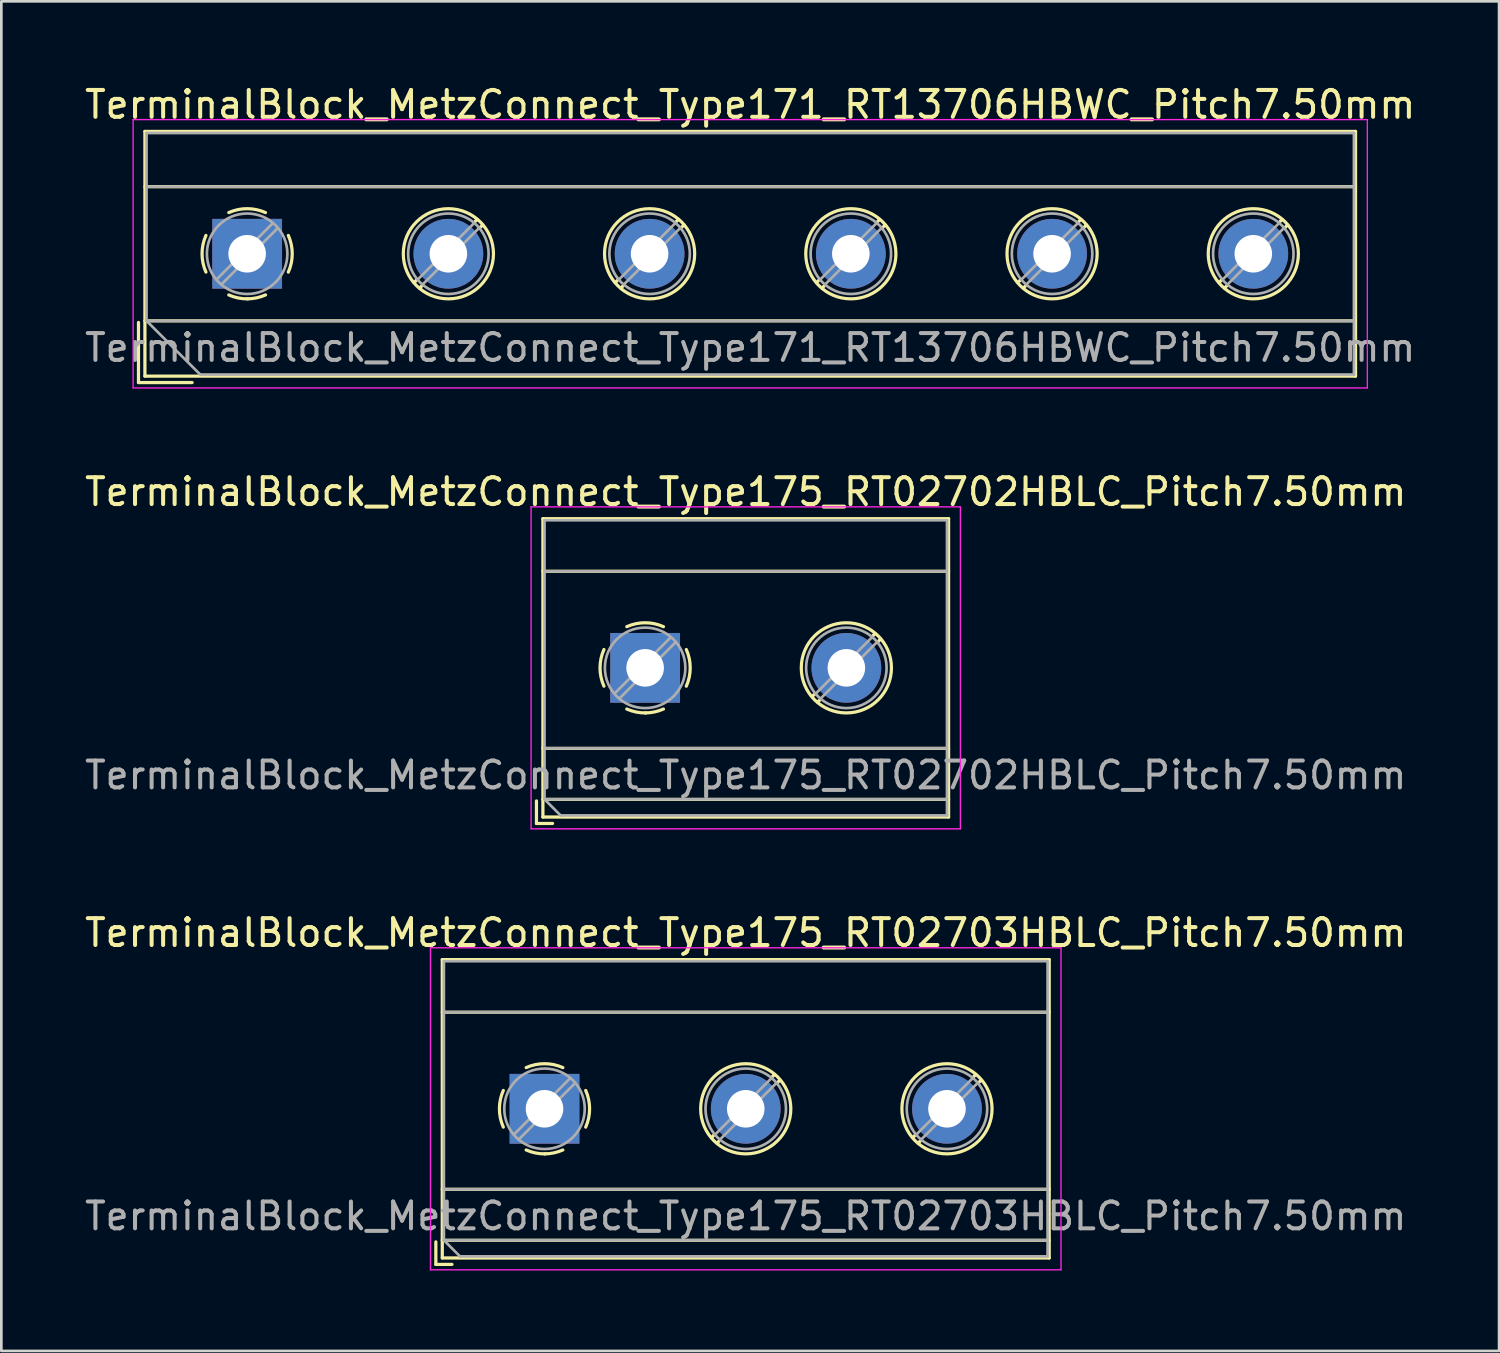
<source format=kicad_pcb>
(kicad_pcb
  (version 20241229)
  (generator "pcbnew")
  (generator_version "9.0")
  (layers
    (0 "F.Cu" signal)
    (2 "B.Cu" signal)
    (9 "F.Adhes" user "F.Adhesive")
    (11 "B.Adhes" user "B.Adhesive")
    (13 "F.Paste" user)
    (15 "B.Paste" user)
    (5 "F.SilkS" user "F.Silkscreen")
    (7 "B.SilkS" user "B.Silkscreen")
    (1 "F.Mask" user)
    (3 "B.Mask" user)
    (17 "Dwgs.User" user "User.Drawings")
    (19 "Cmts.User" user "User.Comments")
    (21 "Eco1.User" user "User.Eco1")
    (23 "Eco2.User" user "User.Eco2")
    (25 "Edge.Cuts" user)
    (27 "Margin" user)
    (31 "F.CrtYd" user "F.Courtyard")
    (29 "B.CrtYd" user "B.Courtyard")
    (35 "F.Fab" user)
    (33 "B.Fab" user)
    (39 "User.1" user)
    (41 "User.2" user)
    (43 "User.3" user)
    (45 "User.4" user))
  (footprint "TerminalBlock_MetzConnect_Type171_RT13706HBWC_Pitch7.50mm"
    (layer "F.Cu")
    (at 6.161 6.408)
    (property "Reference" "TerminalBlock_MetzConnect_Type171_RT13706HBWC_Pitch7.50mm" (at 18.75 -5.56 0) (layer "F.SilkS") (effects (font (size 1 1) (thickness 0.15))))
    (attr through_hole)
    (fp_line (start -4.05 2.56) (end -4.05 4.8) (stroke (width 0.12) (type solid)) (layer "F.SilkS"))
    (fp_line (start -4.05 4.8) (end -2.05 4.8) (stroke (width 0.12) (type solid)) (layer "F.SilkS"))
    (fp_line (start -3.81 -4.56) (end -3.81 4.56) (stroke (width 0.12) (type solid)) (layer "F.SilkS"))
    (fp_line (start -3.81 -2.5) (end 41.31 -2.5) (stroke (width 0.12) (type solid)) (layer "F.SilkS"))
    (fp_line (start -3.81 2.5) (end 41.31 2.5) (stroke (width 0.12) (type solid)) (layer "F.SilkS"))
    (fp_line (start -3.81 4.56) (end 41.31 4.56) (stroke (width 0.12) (type solid)) (layer "F.SilkS"))
    (fp_line (start 6.32 0.976) (end 6.226 1.069) (stroke (width 0.12) (type solid)) (layer "F.SilkS"))
    (fp_line (start 6.502 1.204) (end 6.431 1.274) (stroke (width 0.12) (type solid)) (layer "F.SilkS"))
    (fp_line (start 8.57 -1.275) (end 8.499 -1.204) (stroke (width 0.12) (type solid)) (layer "F.SilkS"))
    (fp_line (start 8.775 -1.069) (end 8.681 -0.976) (stroke (width 0.12) (type solid)) (layer "F.SilkS"))
    (fp_line (start 13.82 0.976) (end 13.726 1.069) (stroke (width 0.12) (type solid)) (layer "F.SilkS"))
    (fp_line (start 14.002 1.204) (end 13.931 1.274) (stroke (width 0.12) (type solid)) (layer "F.SilkS"))
    (fp_line (start 16.07 -1.275) (end 15.999 -1.204) (stroke (width 0.12) (type solid)) (layer "F.SilkS"))
    (fp_line (start 16.275 -1.069) (end 16.181 -0.976) (stroke (width 0.12) (type solid)) (layer "F.SilkS"))
    (fp_line (start 21.32 0.976) (end 21.226 1.069) (stroke (width 0.12) (type solid)) (layer "F.SilkS"))
    (fp_line (start 21.502 1.204) (end 21.431 1.274) (stroke (width 0.12) (type solid)) (layer "F.SilkS"))
    (fp_line (start 23.57 -1.275) (end 23.499 -1.204) (stroke (width 0.12) (type solid)) (layer "F.SilkS"))
    (fp_line (start 23.775 -1.069) (end 23.681 -0.976) (stroke (width 0.12) (type solid)) (layer "F.SilkS"))
    (fp_line (start 28.82 0.976) (end 28.726 1.069) (stroke (width 0.12) (type solid)) (layer "F.SilkS"))
    (fp_line (start 29.002 1.204) (end 28.931 1.274) (stroke (width 0.12) (type solid)) (layer "F.SilkS"))
    (fp_line (start 31.07 -1.275) (end 30.999 -1.204) (stroke (width 0.12) (type solid)) (layer "F.SilkS"))
    (fp_line (start 31.275 -1.069) (end 31.181 -0.976) (stroke (width 0.12) (type solid)) (layer "F.SilkS"))
    (fp_line (start 36.32 0.976) (end 36.226 1.069) (stroke (width 0.12) (type solid)) (layer "F.SilkS"))
    (fp_line (start 36.502 1.204) (end 36.431 1.274) (stroke (width 0.12) (type solid)) (layer "F.SilkS"))
    (fp_line (start 38.57 -1.275) (end 38.499 -1.204) (stroke (width 0.12) (type solid)) (layer "F.SilkS"))
    (fp_line (start 38.775 -1.069) (end 38.681 -0.976) (stroke (width 0.12) (type solid)) (layer "F.SilkS"))
    (fp_line (start 41.31 -4.56) (end -3.81 -4.56) (stroke (width 0.12) (type solid)) (layer "F.SilkS"))
    (fp_line (start 41.31 4.56) (end 41.31 -4.56) (stroke (width 0.12) (type solid)) (layer "F.SilkS"))
    (fp_arc (start -1.535427 0.683042) (mid -1.680501 -0.000524) (end -1.535 -0.684) (stroke (width 0.12) (type solid)) (layer "F.SilkS"))
    (fp_arc (start -0.683042 -1.535427) (mid 0.000524 -1.680501) (end 0.684 -1.535) (stroke (width 0.12) (type solid)) (layer "F.SilkS"))
    (fp_arc (start 0.028805 1.680253) (mid -0.335551 1.646659) (end -0.684 1.535) (stroke (width 0.12) (type solid)) (layer "F.SilkS"))
    (fp_arc (start 0.683318 1.534756) (mid 0.349292 1.643288) (end 0 1.68) (stroke (width 0.12) (type solid)) (layer "F.SilkS"))
    (fp_arc (start 1.535427 -0.683042) (mid 1.680501 0.000524) (end 1.535 0.684) (stroke (width 0.12) (type solid)) (layer "F.SilkS"))
    (fp_circle (center 7.5 0) (end 9.18 0) (stroke (width 0.12) (type solid)) (fill no) (layer "F.SilkS"))
    (fp_circle (center 15 0) (end 16.68 0) (stroke (width 0.12) (type solid)) (fill no) (layer "F.SilkS"))
    (fp_circle (center 22.5 0) (end 24.18 0) (stroke (width 0.12) (type solid)) (fill no) (layer "F.SilkS"))
    (fp_circle (center 30 0) (end 31.68 0) (stroke (width 0.12) (type solid)) (fill no) (layer "F.SilkS"))
    (fp_circle (center 37.5 0) (end 39.18 0) (stroke (width 0.12) (type solid)) (fill no) (layer "F.SilkS"))
    (fp_line (start -4.25 -5) (end -4.25 5) (stroke (width 0.05) (type solid)) (layer "F.CrtYd"))
    (fp_line (start -4.25 5) (end 41.75 5) (stroke (width 0.05) (type solid)) (layer "F.CrtYd"))
    (fp_line (start 41.75 -5) (end -4.25 -5) (stroke (width 0.05) (type solid)) (layer "F.CrtYd"))
    (fp_line (start 41.75 5) (end 41.75 -5) (stroke (width 0.05) (type solid)) (layer "F.CrtYd"))
    (fp_line (start -3.75 -4.5) (end 41.25 -4.5) (stroke (width 0.1) (type solid)) (layer "F.Fab"))
    (fp_line (start -3.75 -2.5) (end 41.25 -2.5) (stroke (width 0.1) (type solid)) (layer "F.Fab"))
    (fp_line (start -3.75 2.5) (end -3.75 -4.5) (stroke (width 0.1) (type solid)) (layer "F.Fab"))
    (fp_line (start -3.75 2.5) (end 41.25 2.5) (stroke (width 0.1) (type solid)) (layer "F.Fab"))
    (fp_line (start -1.75 4.5) (end -3.75 2.5) (stroke (width 0.1) (type solid)) (layer "F.Fab"))
    (fp_line (start 0.955 -1.138) (end -1.138 0.955) (stroke (width 0.1) (type solid)) (layer "F.Fab"))
    (fp_line (start 1.138 -0.955) (end -0.955 1.138) (stroke (width 0.1) (type solid)) (layer "F.Fab"))
    (fp_line (start 8.455 -1.138) (end 6.363 0.955) (stroke (width 0.1) (type solid)) (layer "F.Fab"))
    (fp_line (start 8.638 -0.955) (end 6.546 1.138) (stroke (width 0.1) (type solid)) (layer "F.Fab"))
    (fp_line (start 15.955 -1.138) (end 13.863 0.955) (stroke (width 0.1) (type solid)) (layer "F.Fab"))
    (fp_line (start 16.138 -0.955) (end 14.046 1.138) (stroke (width 0.1) (type solid)) (layer "F.Fab"))
    (fp_line (start 23.455 -1.138) (end 21.363 0.955) (stroke (width 0.1) (type solid)) (layer "F.Fab"))
    (fp_line (start 23.638 -0.955) (end 21.546 1.138) (stroke (width 0.1) (type solid)) (layer "F.Fab"))
    (fp_line (start 30.955 -1.138) (end 28.863 0.955) (stroke (width 0.1) (type solid)) (layer "F.Fab"))
    (fp_line (start 31.138 -0.955) (end 29.046 1.138) (stroke (width 0.1) (type solid)) (layer "F.Fab"))
    (fp_line (start 38.455 -1.138) (end 36.363 0.955) (stroke (width 0.1) (type solid)) (layer "F.Fab"))
    (fp_line (start 38.638 -0.955) (end 36.546 1.138) (stroke (width 0.1) (type solid)) (layer "F.Fab"))
    (fp_line (start 41.25 -4.5) (end 41.25 4.5) (stroke (width 0.1) (type solid)) (layer "F.Fab"))
    (fp_line (start 41.25 4.5) (end -1.75 4.5) (stroke (width 0.1) (type solid)) (layer "F.Fab"))
    (fp_circle (center 0 0) (end 1.5 0) (stroke (width 0.1) (type solid)) (fill no) (layer "F.Fab"))
    (fp_circle (center 7.5 0) (end 9 0) (stroke (width 0.1) (type solid)) (fill no) (layer "F.Fab"))
    (fp_circle (center 15 0) (end 16.5 0) (stroke (width 0.1) (type solid)) (fill no) (layer "F.Fab"))
    (fp_circle (center 22.5 0) (end 24 0) (stroke (width 0.1) (type solid)) (fill no) (layer "F.Fab"))
    (fp_circle (center 30 0) (end 31.5 0) (stroke (width 0.1) (type solid)) (fill no) (layer "F.Fab"))
    (fp_circle (center 37.5 0) (end 39 0) (stroke (width 0.1) (type solid)) (fill no) (layer "F.Fab"))
    (fp_text user "${REFERENCE}" (at 18.75 3.5 0) (layer "F.Fab") (effects (font (size 1 1) (thickness 0.15))))
    (pad "1" thru_hole rect (at 0 0) (size 2.6 2.6) (drill 1.4) (layers "*.Cu" "*.Mask"))
    (pad "2" thru_hole oval (at 7.5 0) (size 2.6 2.6) (drill 1.4) (layers "*.Cu" "*.Mask"))
    (pad "3" thru_hole oval (at 15 0) (size 2.6 2.6) (drill 1.4) (layers "*.Cu" "*.Mask"))
    (pad "4" thru_hole oval (at 22.5 0) (size 2.6 2.6) (drill 1.4) (layers "*.Cu" "*.Mask"))
    (pad "5" thru_hole oval (at 30 0) (size 2.6 2.6) (drill 1.4) (layers "*.Cu" "*.Mask"))
    (pad "6" thru_hole oval (at 37.5 0) (size 2.6 2.6) (drill 1.4) (layers "*.Cu" "*.Mask")))
  (footprint "TerminalBlock_MetzConnect_Type175_RT02702HBLC_Pitch7.50mm"
    (layer "F.Cu")
    (at 20.994 21.841)
    (property "Reference" "TerminalBlock_MetzConnect_Type175_RT02702HBLC_Pitch7.50mm" (at 3.75 -6.56 0) (layer "F.SilkS") (effects (font (size 1 1) (thickness 0.15))))
    (attr through_hole)
    (fp_line (start -4.05 4.96) (end -4.05 5.8) (stroke (width 0.12) (type solid)) (layer "F.SilkS"))
    (fp_line (start -4.05 5.8) (end -3.45 5.8) (stroke (width 0.12) (type solid)) (layer "F.SilkS"))
    (fp_line (start -3.81 -5.56) (end -3.81 5.56) (stroke (width 0.12) (type solid)) (layer "F.SilkS"))
    (fp_line (start -3.81 -3.6) (end 11.31 -3.6) (stroke (width 0.12) (type solid)) (layer "F.SilkS"))
    (fp_line (start -3.81 3) (end 11.31 3) (stroke (width 0.12) (type solid)) (layer "F.SilkS"))
    (fp_line (start -3.81 4.9) (end 11.31 4.9) (stroke (width 0.12) (type solid)) (layer "F.SilkS"))
    (fp_line (start -3.81 5.56) (end 11.31 5.56) (stroke (width 0.12) (type solid)) (layer "F.SilkS"))
    (fp_line (start 6.32 0.976) (end 6.226 1.069) (stroke (width 0.12) (type solid)) (layer "F.SilkS"))
    (fp_line (start 6.502 1.204) (end 6.431 1.274) (stroke (width 0.12) (type solid)) (layer "F.SilkS"))
    (fp_line (start 8.57 -1.275) (end 8.499 -1.204) (stroke (width 0.12) (type solid)) (layer "F.SilkS"))
    (fp_line (start 8.775 -1.069) (end 8.681 -0.976) (stroke (width 0.12) (type solid)) (layer "F.SilkS"))
    (fp_line (start 11.31 -5.56) (end -3.81 -5.56) (stroke (width 0.12) (type solid)) (layer "F.SilkS"))
    (fp_line (start 11.31 5.56) (end 11.31 -5.56) (stroke (width 0.12) (type solid)) (layer "F.SilkS"))
    (fp_arc (start -1.535427 0.683042) (mid -1.680501 -0.000524) (end -1.535 -0.684) (stroke (width 0.12) (type solid)) (layer "F.SilkS"))
    (fp_arc (start -0.683042 -1.535427) (mid 0.000524 -1.680501) (end 0.684 -1.535) (stroke (width 0.12) (type solid)) (layer "F.SilkS"))
    (fp_arc (start 0.028805 1.680253) (mid -0.335551 1.646659) (end -0.684 1.535) (stroke (width 0.12) (type solid)) (layer "F.SilkS"))
    (fp_arc (start 0.683318 1.534756) (mid 0.349292 1.643288) (end 0 1.68) (stroke (width 0.12) (type solid)) (layer "F.SilkS"))
    (fp_arc (start 1.535427 -0.683042) (mid 1.680501 0.000524) (end 1.535 0.684) (stroke (width 0.12) (type solid)) (layer "F.SilkS"))
    (fp_circle (center 7.5 0) (end 9.18 0) (stroke (width 0.12) (type solid)) (fill no) (layer "F.SilkS"))
    (fp_line (start -4.25 -6) (end -4.25 6) (stroke (width 0.05) (type solid)) (layer "F.CrtYd"))
    (fp_line (start -4.25 6) (end 11.75 6) (stroke (width 0.05) (type solid)) (layer "F.CrtYd"))
    (fp_line (start 11.75 -6) (end -4.25 -6) (stroke (width 0.05) (type solid)) (layer "F.CrtYd"))
    (fp_line (start 11.75 6) (end 11.75 -6) (stroke (width 0.05) (type solid)) (layer "F.CrtYd"))
    (fp_line (start -3.75 -5.5) (end 11.25 -5.5) (stroke (width 0.1) (type solid)) (layer "F.Fab"))
    (fp_line (start -3.75 -3.6) (end 11.25 -3.6) (stroke (width 0.1) (type solid)) (layer "F.Fab"))
    (fp_line (start -3.75 3) (end 11.25 3) (stroke (width 0.1) (type solid)) (layer "F.Fab"))
    (fp_line (start -3.75 4.9) (end -3.75 -5.5) (stroke (width 0.1) (type solid)) (layer "F.Fab"))
    (fp_line (start -3.75 4.9) (end 11.25 4.9) (stroke (width 0.1) (type solid)) (layer "F.Fab"))
    (fp_line (start -3.15 5.5) (end -3.75 4.9) (stroke (width 0.1) (type solid)) (layer "F.Fab"))
    (fp_line (start 0.955 -1.138) (end -1.138 0.955) (stroke (width 0.1) (type solid)) (layer "F.Fab"))
    (fp_line (start 1.138 -0.955) (end -0.955 1.138) (stroke (width 0.1) (type solid)) (layer "F.Fab"))
    (fp_line (start 8.455 -1.138) (end 6.363 0.955) (stroke (width 0.1) (type solid)) (layer "F.Fab"))
    (fp_line (start 8.638 -0.955) (end 6.546 1.138) (stroke (width 0.1) (type solid)) (layer "F.Fab"))
    (fp_line (start 11.25 -5.5) (end 11.25 5.5) (stroke (width 0.1) (type solid)) (layer "F.Fab"))
    (fp_line (start 11.25 5.5) (end -3.15 5.5) (stroke (width 0.1) (type solid)) (layer "F.Fab"))
    (fp_circle (center 0 0) (end 1.5 0) (stroke (width 0.1) (type solid)) (fill no) (layer "F.Fab"))
    (fp_circle (center 7.5 0) (end 9 0) (stroke (width 0.1) (type solid)) (fill no) (layer "F.Fab"))
    (fp_text user "${REFERENCE}" (at 3.75 4 0) (layer "F.Fab") (effects (font (size 1 1) (thickness 0.15))))
    (pad "1" thru_hole rect (at 0 0) (size 2.6 2.6) (drill 1.4) (layers "*.Cu" "*.Mask"))
    (pad "2" thru_hole oval (at 7.5 0) (size 2.6 2.6) (drill 1.4) (layers "*.Cu" "*.Mask")))
  (footprint "TerminalBlock_MetzConnect_Type175_RT02703HBLC_Pitch7.50mm"
    (layer "F.Cu")
    (at 17.244 38.275)
    (property "Reference" "TerminalBlock_MetzConnect_Type175_RT02703HBLC_Pitch7.50mm" (at 7.5 -6.56 0) (layer "F.SilkS") (effects (font (size 1 1) (thickness 0.15))))
    (attr through_hole)
    (fp_line (start -4.05 4.96) (end -4.05 5.8) (stroke (width 0.12) (type solid)) (layer "F.SilkS"))
    (fp_line (start -4.05 5.8) (end -3.45 5.8) (stroke (width 0.12) (type solid)) (layer "F.SilkS"))
    (fp_line (start -3.81 -5.56) (end -3.81 5.56) (stroke (width 0.12) (type solid)) (layer "F.SilkS"))
    (fp_line (start -3.81 -3.6) (end 18.81 -3.6) (stroke (width 0.12) (type solid)) (layer "F.SilkS"))
    (fp_line (start -3.81 3) (end 18.81 3) (stroke (width 0.12) (type solid)) (layer "F.SilkS"))
    (fp_line (start -3.81 4.9) (end 18.81 4.9) (stroke (width 0.12) (type solid)) (layer "F.SilkS"))
    (fp_line (start -3.81 5.56) (end 18.81 5.56) (stroke (width 0.12) (type solid)) (layer "F.SilkS"))
    (fp_line (start 6.32 0.976) (end 6.226 1.069) (stroke (width 0.12) (type solid)) (layer "F.SilkS"))
    (fp_line (start 6.502 1.204) (end 6.431 1.274) (stroke (width 0.12) (type solid)) (layer "F.SilkS"))
    (fp_line (start 8.57 -1.275) (end 8.499 -1.204) (stroke (width 0.12) (type solid)) (layer "F.SilkS"))
    (fp_line (start 8.775 -1.069) (end 8.681 -0.976) (stroke (width 0.12) (type solid)) (layer "F.SilkS"))
    (fp_line (start 13.82 0.976) (end 13.726 1.069) (stroke (width 0.12) (type solid)) (layer "F.SilkS"))
    (fp_line (start 14.002 1.204) (end 13.931 1.274) (stroke (width 0.12) (type solid)) (layer "F.SilkS"))
    (fp_line (start 16.07 -1.275) (end 15.999 -1.204) (stroke (width 0.12) (type solid)) (layer "F.SilkS"))
    (fp_line (start 16.275 -1.069) (end 16.181 -0.976) (stroke (width 0.12) (type solid)) (layer "F.SilkS"))
    (fp_line (start 18.81 -5.56) (end -3.81 -5.56) (stroke (width 0.12) (type solid)) (layer "F.SilkS"))
    (fp_line (start 18.81 5.56) (end 18.81 -5.56) (stroke (width 0.12) (type solid)) (layer "F.SilkS"))
    (fp_arc (start -1.535427 0.683042) (mid -1.680501 -0.000524) (end -1.535 -0.684) (stroke (width 0.12) (type solid)) (layer "F.SilkS"))
    (fp_arc (start -0.683042 -1.535427) (mid 0.000524 -1.680501) (end 0.684 -1.535) (stroke (width 0.12) (type solid)) (layer "F.SilkS"))
    (fp_arc (start 0.028805 1.680253) (mid -0.335551 1.646659) (end -0.684 1.535) (stroke (width 0.12) (type solid)) (layer "F.SilkS"))
    (fp_arc (start 0.683318 1.534756) (mid 0.349292 1.643288) (end 0 1.68) (stroke (width 0.12) (type solid)) (layer "F.SilkS"))
    (fp_arc (start 1.535427 -0.683042) (mid 1.680501 0.000524) (end 1.535 0.684) (stroke (width 0.12) (type solid)) (layer "F.SilkS"))
    (fp_circle (center 7.5 0) (end 9.18 0) (stroke (width 0.12) (type solid)) (fill no) (layer "F.SilkS"))
    (fp_circle (center 15 0) (end 16.68 0) (stroke (width 0.12) (type solid)) (fill no) (layer "F.SilkS"))
    (fp_line (start -4.25 -6) (end -4.25 6) (stroke (width 0.05) (type solid)) (layer "F.CrtYd"))
    (fp_line (start -4.25 6) (end 19.25 6) (stroke (width 0.05) (type solid)) (layer "F.CrtYd"))
    (fp_line (start 19.25 -6) (end -4.25 -6) (stroke (width 0.05) (type solid)) (layer "F.CrtYd"))
    (fp_line (start 19.25 6) (end 19.25 -6) (stroke (width 0.05) (type solid)) (layer "F.CrtYd"))
    (fp_line (start -3.75 -5.5) (end 18.75 -5.5) (stroke (width 0.1) (type solid)) (layer "F.Fab"))
    (fp_line (start -3.75 -3.6) (end 18.75 -3.6) (stroke (width 0.1) (type solid)) (layer "F.Fab"))
    (fp_line (start -3.75 3) (end 18.75 3) (stroke (width 0.1) (type solid)) (layer "F.Fab"))
    (fp_line (start -3.75 4.9) (end -3.75 -5.5) (stroke (width 0.1) (type solid)) (layer "F.Fab"))
    (fp_line (start -3.75 4.9) (end 18.75 4.9) (stroke (width 0.1) (type solid)) (layer "F.Fab"))
    (fp_line (start -3.15 5.5) (end -3.75 4.9) (stroke (width 0.1) (type solid)) (layer "F.Fab"))
    (fp_line (start 0.955 -1.138) (end -1.138 0.955) (stroke (width 0.1) (type solid)) (layer "F.Fab"))
    (fp_line (start 1.138 -0.955) (end -0.955 1.138) (stroke (width 0.1) (type solid)) (layer "F.Fab"))
    (fp_line (start 8.455 -1.138) (end 6.363 0.955) (stroke (width 0.1) (type solid)) (layer "F.Fab"))
    (fp_line (start 8.638 -0.955) (end 6.546 1.138) (stroke (width 0.1) (type solid)) (layer "F.Fab"))
    (fp_line (start 15.955 -1.138) (end 13.863 0.955) (stroke (width 0.1) (type solid)) (layer "F.Fab"))
    (fp_line (start 16.138 -0.955) (end 14.046 1.138) (stroke (width 0.1) (type solid)) (layer "F.Fab"))
    (fp_line (start 18.75 -5.5) (end 18.75 5.5) (stroke (width 0.1) (type solid)) (layer "F.Fab"))
    (fp_line (start 18.75 5.5) (end -3.15 5.5) (stroke (width 0.1) (type solid)) (layer "F.Fab"))
    (fp_circle (center 0 0) (end 1.5 0) (stroke (width 0.1) (type solid)) (fill no) (layer "F.Fab"))
    (fp_circle (center 7.5 0) (end 9 0) (stroke (width 0.1) (type solid)) (fill no) (layer "F.Fab"))
    (fp_circle (center 15 0) (end 16.5 0) (stroke (width 0.1) (type solid)) (fill no) (layer "F.Fab"))
    (fp_text user "${REFERENCE}" (at 7.5 4 0) (layer "F.Fab") (effects (font (size 1 1) (thickness 0.15))))
    (pad "1" thru_hole rect (at 0 0) (size 2.6 2.6) (drill 1.4) (layers "*.Cu" "*.Mask"))
    (pad "2" thru_hole oval (at 7.5 0) (size 2.6 2.6) (drill 1.4) (layers "*.Cu" "*.Mask"))
    (pad "3" thru_hole oval (at 15 0) (size 2.6 2.6) (drill 1.4) (layers "*.Cu" "*.Mask")))
  (gr_rect
    (start -3 -3)
    (end 52.821 47.3)
    (stroke (width 0.1) (type default))
    (fill no)
    (layer "Edge.Cuts")))
</source>
